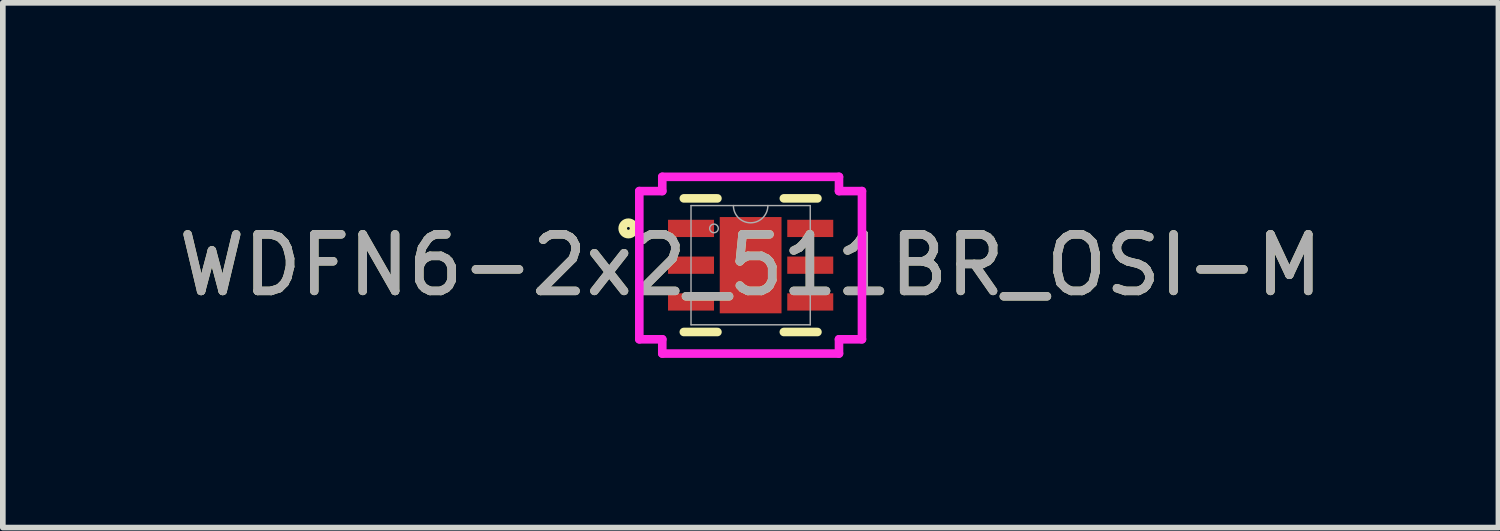
<source format=kicad_pcb>
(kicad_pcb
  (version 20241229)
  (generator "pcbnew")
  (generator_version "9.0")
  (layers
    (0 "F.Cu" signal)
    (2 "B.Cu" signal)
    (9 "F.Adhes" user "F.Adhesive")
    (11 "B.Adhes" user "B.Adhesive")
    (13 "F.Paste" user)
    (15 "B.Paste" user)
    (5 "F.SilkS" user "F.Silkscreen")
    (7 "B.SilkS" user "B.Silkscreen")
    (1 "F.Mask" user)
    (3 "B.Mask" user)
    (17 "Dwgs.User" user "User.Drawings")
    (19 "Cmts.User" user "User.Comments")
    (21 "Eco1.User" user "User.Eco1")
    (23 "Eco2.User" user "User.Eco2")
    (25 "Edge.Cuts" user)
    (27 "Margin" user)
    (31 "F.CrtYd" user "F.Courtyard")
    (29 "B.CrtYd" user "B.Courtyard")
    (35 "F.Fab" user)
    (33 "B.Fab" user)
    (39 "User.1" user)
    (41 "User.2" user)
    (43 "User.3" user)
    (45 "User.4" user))
  (footprint "WDFN6-2x2_511BR_OSI-M"
    (layer "F.Cu")
    (at 10.22 1.638)
    (property "Reference" "WDFN6-2x2_511BR_OSI-M" (at 0 0 0) (unlocked yes) (layer "F.SilkS") (effects (font (size 1 1) (thickness 0.15))))
    (attr smd)
    (fp_line (start -1.181 1.181) (end -0.587 1.181) (stroke (width 0.152) (type solid)) (layer "F.SilkS"))
    (fp_line (start -0.587 -1.181) (end -1.181 -1.181) (stroke (width 0.152) (type solid)) (layer "F.SilkS"))
    (fp_line (start 0.587 1.181) (end 1.181 1.181) (stroke (width 0.152) (type solid)) (layer "F.SilkS"))
    (fp_line (start 1.181 -1.181) (end 0.587 -1.181) (stroke (width 0.152) (type solid)) (layer "F.SilkS"))
    (fp_circle (center -2.161 -0.65) (end -2.06 -0.65) (stroke (width 0.152) (type solid)) (fill no) (layer "F.SilkS"))
    (fp_line (start -1.968 -1.31) (end -1.562 -1.31) (stroke (width 0.152) (type solid)) (layer "F.CrtYd"))
    (fp_line (start -1.968 1.31) (end -1.968 -1.31) (stroke (width 0.152) (type solid)) (layer "F.CrtYd"))
    (fp_line (start -1.968 1.31) (end -1.562 1.31) (stroke (width 0.152) (type solid)) (layer "F.CrtYd"))
    (fp_line (start -1.562 -1.562) (end 1.562 -1.562) (stroke (width 0.152) (type solid)) (layer "F.CrtYd"))
    (fp_line (start -1.562 -1.31) (end -1.562 -1.562) (stroke (width 0.152) (type solid)) (layer "F.CrtYd"))
    (fp_line (start -1.562 1.562) (end -1.562 1.31) (stroke (width 0.152) (type solid)) (layer "F.CrtYd"))
    (fp_line (start 1.562 -1.562) (end 1.562 -1.31) (stroke (width 0.152) (type solid)) (layer "F.CrtYd"))
    (fp_line (start 1.562 1.31) (end 1.562 1.562) (stroke (width 0.152) (type solid)) (layer "F.CrtYd"))
    (fp_line (start 1.562 1.562) (end -1.562 1.562) (stroke (width 0.152) (type solid)) (layer "F.CrtYd"))
    (fp_line (start 1.968 -1.31) (end 1.562 -1.31) (stroke (width 0.152) (type solid)) (layer "F.CrtYd"))
    (fp_line (start 1.968 -1.31) (end 1.968 1.31) (stroke (width 0.152) (type solid)) (layer "F.CrtYd"))
    (fp_line (start 1.968 1.31) (end 1.562 1.31) (stroke (width 0.152) (type solid)) (layer "F.CrtYd"))
    (fp_line (start -1.054 -1.054) (end -1.054 1.054) (stroke (width 0.025) (type solid)) (layer "F.Fab"))
    (fp_line (start -1.054 1.054) (end 1.054 1.054) (stroke (width 0.025) (type solid)) (layer "F.Fab"))
    (fp_line (start 1.054 -1.054) (end -1.054 -1.054) (stroke (width 0.025) (type solid)) (layer "F.Fab"))
    (fp_line (start 1.054 1.054) (end 1.054 -1.054) (stroke (width 0.025) (type solid)) (layer "F.Fab"))
    (fp_arc (start 0.3048 -1.0541) (mid 0 -0.7493) (end -0.3048 -1.0541) (stroke (width 0.0254) (type solid)) (layer "F.Fab"))
    (fp_circle (center -0.648 -0.65) (end -0.572 -0.65) (stroke (width 0.025) (type solid)) (fill no) (layer "F.Fab"))
    (fp_text user "${REFERENCE}" (at 0 0 0) (unlocked yes) (layer "F.Fab") (effects (font (size 1 1) (thickness 0.15))))
    (pad "1" smd rect (at -1.054 -0.65) (size 0.813 0.305) (layers "F.Cu" "F.Mask" "F.Paste"))
    (pad "2" smd rect (at -1.054 0) (size 0.813 0.305) (layers "F.Cu" "F.Mask" "F.Paste"))
    (pad "3" smd rect (at -1.054 0.65) (size 0.813 0.305) (layers "F.Cu" "F.Mask" "F.Paste"))
    (pad "4" smd rect (at 1.054 0.65) (size 0.813 0.305) (layers "F.Cu" "F.Mask" "F.Paste"))
    (pad "5" smd rect (at 1.054 0) (size 0.813 0.305) (layers "F.Cu" "F.Mask" "F.Paste"))
    (pad "6" smd rect (at 1.054 -0.65) (size 0.813 0.305) (layers "F.Cu" "F.Mask" "F.Paste"))
    (pad "7" smd rect (at 0 0) (size 1.092 1.702) (layers "F.Cu" "F.Mask" "F.Paste")))
  (gr_rect
    (start -3 -3)
    (end 23.44 6.277)
    (stroke (width 0.1) (type default))
    (fill no)
    (layer "Edge.Cuts")))
</source>
